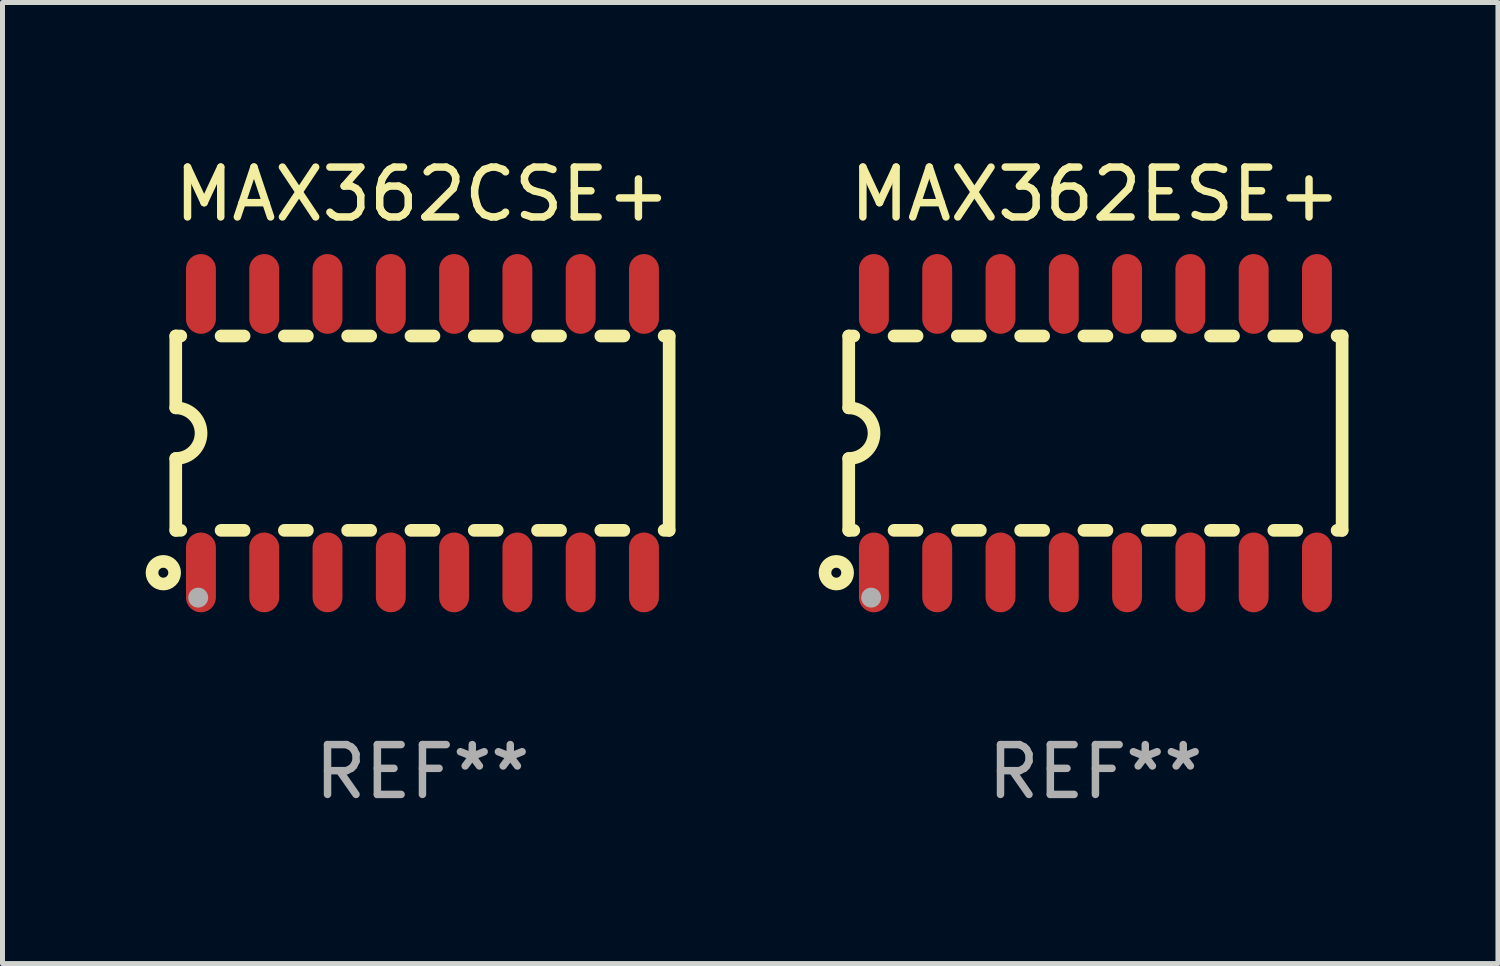
<source format=kicad_pcb>
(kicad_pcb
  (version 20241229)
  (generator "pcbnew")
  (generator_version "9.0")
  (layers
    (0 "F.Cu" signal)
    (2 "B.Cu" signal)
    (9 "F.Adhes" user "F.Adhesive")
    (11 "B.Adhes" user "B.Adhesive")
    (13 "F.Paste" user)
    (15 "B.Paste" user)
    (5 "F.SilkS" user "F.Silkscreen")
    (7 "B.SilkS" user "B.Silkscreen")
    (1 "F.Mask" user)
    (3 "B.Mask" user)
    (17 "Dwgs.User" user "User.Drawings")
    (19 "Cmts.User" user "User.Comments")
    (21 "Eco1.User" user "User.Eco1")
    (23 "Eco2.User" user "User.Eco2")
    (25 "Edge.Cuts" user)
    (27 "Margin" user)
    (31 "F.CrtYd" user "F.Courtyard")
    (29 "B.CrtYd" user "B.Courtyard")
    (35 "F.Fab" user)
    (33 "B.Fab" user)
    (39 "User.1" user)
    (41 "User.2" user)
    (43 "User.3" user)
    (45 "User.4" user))
  (footprint "MAX362CSE+"
    (layer "F.Cu")
    (at 5.427 5.642)
    (property "Reference" "MAX362CSE+" (at 0 -4.794 0) (layer "F.SilkS") (effects (font (size 1 1) (thickness 0.15))))
    (attr through_hole)
    (fp_line (start -4.95 -1.95) (end -4.95 -0.508) (stroke (width 0.254) (type solid)) (layer "F.SilkS"))
    (fp_line (start -4.95 -1.95) (end -4.849 -1.95) (stroke (width 0.254) (type solid)) (layer "F.SilkS"))
    (fp_line (start -4.95 1.95) (end -4.95 0.508) (stroke (width 0.254) (type solid)) (layer "F.SilkS"))
    (fp_line (start -4.95 1.95) (end -4.849 1.95) (stroke (width 0.254) (type solid)) (layer "F.SilkS"))
    (fp_line (start -4.041 -1.95) (end -3.579 -1.95) (stroke (width 0.254) (type solid)) (layer "F.SilkS"))
    (fp_line (start -4.041 1.95) (end -3.579 1.95) (stroke (width 0.254) (type solid)) (layer "F.SilkS"))
    (fp_line (start -2.771 -1.95) (end -2.309 -1.95) (stroke (width 0.254) (type solid)) (layer "F.SilkS"))
    (fp_line (start -2.771 1.95) (end -2.309 1.95) (stroke (width 0.254) (type solid)) (layer "F.SilkS"))
    (fp_line (start -1.501 -1.95) (end -1.039 -1.95) (stroke (width 0.254) (type solid)) (layer "F.SilkS"))
    (fp_line (start -1.501 1.95) (end -1.039 1.95) (stroke (width 0.254) (type solid)) (layer "F.SilkS"))
    (fp_line (start -0.231 -1.95) (end 0.231 -1.95) (stroke (width 0.254) (type solid)) (layer "F.SilkS"))
    (fp_line (start -0.231 1.95) (end 0.231 1.95) (stroke (width 0.254) (type solid)) (layer "F.SilkS"))
    (fp_line (start 1.039 -1.95) (end 1.501 -1.95) (stroke (width 0.254) (type solid)) (layer "F.SilkS"))
    (fp_line (start 1.039 1.95) (end 1.501 1.95) (stroke (width 0.254) (type solid)) (layer "F.SilkS"))
    (fp_line (start 2.309 -1.95) (end 2.771 -1.95) (stroke (width 0.254) (type solid)) (layer "F.SilkS"))
    (fp_line (start 2.309 1.95) (end 2.771 1.95) (stroke (width 0.254) (type solid)) (layer "F.SilkS"))
    (fp_line (start 3.579 -1.95) (end 4.041 -1.95) (stroke (width 0.254) (type solid)) (layer "F.SilkS"))
    (fp_line (start 3.579 1.95) (end 4.041 1.95) (stroke (width 0.254) (type solid)) (layer "F.SilkS"))
    (fp_line (start 4.849 -1.95) (end 4.95 -1.95) (stroke (width 0.254) (type solid)) (layer "F.SilkS"))
    (fp_line (start 4.849 1.95) (end 4.95 1.95) (stroke (width 0.254) (type solid)) (layer "F.SilkS"))
    (fp_line (start 4.95 -1.95) (end 4.95 1.95) (stroke (width 0.254) (type solid)) (layer "F.SilkS"))
    (fp_arc (start -4.95047 -0.508001) (mid -4.442469 -0.000228) (end -4.950013 0.508001) (stroke (width 0.254001) (type solid)) (layer "F.SilkS"))
    (fp_circle (center -5.2 2.8) (end -5.1 2.8) (stroke (width 0.254) (type solid)) (fill no) (layer "F.SilkS"))
    (fp_circle (center -4.95 2.947) (end -4.92 2.947) (stroke (width 0.06) (type solid)) (fill no) (layer "F.SilkS"))
    (fp_circle (center -4.5 3.3) (end -4.4 3.3) (stroke (width 0.2) (type solid)) (fill no) (layer "F.Fab"))
    (fp_text user "REF**" (at 0 6.794 0) (layer "F.Fab") (effects (font (size 1 1) (thickness 0.15))))
    (pad "1" smd oval (at -4.445 2.794) (size 0.6 1.6) (layers "F.Cu" "F.Mask" "F.Paste"))
    (pad "2" smd oval (at -3.175 2.794) (size 0.6 1.6) (layers "F.Cu" "F.Mask" "F.Paste"))
    (pad "3" smd oval (at -1.905 2.794) (size 0.6 1.6) (layers "F.Cu" "F.Mask" "F.Paste"))
    (pad "4" smd oval (at -0.635 2.794) (size 0.6 1.6) (layers "F.Cu" "F.Mask" "F.Paste"))
    (pad "5" smd oval (at 0.635 2.794) (size 0.6 1.6) (layers "F.Cu" "F.Mask" "F.Paste"))
    (pad "6" smd oval (at 1.905 2.794) (size 0.6 1.6) (layers "F.Cu" "F.Mask" "F.Paste"))
    (pad "7" smd oval (at 3.175 2.794) (size 0.6 1.6) (layers "F.Cu" "F.Mask" "F.Paste"))
    (pad "8" smd oval (at 4.445 2.794) (size 0.6 1.6) (layers "F.Cu" "F.Mask" "F.Paste"))
    (pad "9" smd oval (at 4.445 -2.794) (size 0.6 1.6) (layers "F.Cu" "F.Mask" "F.Paste"))
    (pad "10" smd oval (at 3.175 -2.794) (size 0.6 1.6) (layers "F.Cu" "F.Mask" "F.Paste"))
    (pad "11" smd oval (at 1.905 -2.794) (size 0.6 1.6) (layers "F.Cu" "F.Mask" "F.Paste"))
    (pad "12" smd oval (at 0.635 -2.794) (size 0.6 1.6) (layers "F.Cu" "F.Mask" "F.Paste"))
    (pad "13" smd oval (at -0.635 -2.794) (size 0.6 1.6) (layers "F.Cu" "F.Mask" "F.Paste"))
    (pad "14" smd oval (at -1.905 -2.794) (size 0.6 1.6) (layers "F.Cu" "F.Mask" "F.Paste"))
    (pad "15" smd oval (at -3.175 -2.794) (size 0.6 1.6) (layers "F.Cu" "F.Mask" "F.Paste"))
    (pad "16" smd oval (at -4.445 -2.794) (size 0.6 1.6) (layers "F.Cu" "F.Mask" "F.Paste")))
  (footprint "MAX362ESE+"
    (layer "F.Cu")
    (at 18.931 5.642)
    (property "Reference" "MAX362ESE+" (at 0 -4.794 0) (layer "F.SilkS") (effects (font (size 1 1) (thickness 0.15))))
    (attr through_hole)
    (fp_line (start -4.95 -1.95) (end -4.95 -0.508) (stroke (width 0.254) (type solid)) (layer "F.SilkS"))
    (fp_line (start -4.95 -1.95) (end -4.849 -1.95) (stroke (width 0.254) (type solid)) (layer "F.SilkS"))
    (fp_line (start -4.95 1.95) (end -4.95 0.508) (stroke (width 0.254) (type solid)) (layer "F.SilkS"))
    (fp_line (start -4.95 1.95) (end -4.849 1.95) (stroke (width 0.254) (type solid)) (layer "F.SilkS"))
    (fp_line (start -4.041 -1.95) (end -3.579 -1.95) (stroke (width 0.254) (type solid)) (layer "F.SilkS"))
    (fp_line (start -4.041 1.95) (end -3.579 1.95) (stroke (width 0.254) (type solid)) (layer "F.SilkS"))
    (fp_line (start -2.771 -1.95) (end -2.309 -1.95) (stroke (width 0.254) (type solid)) (layer "F.SilkS"))
    (fp_line (start -2.771 1.95) (end -2.309 1.95) (stroke (width 0.254) (type solid)) (layer "F.SilkS"))
    (fp_line (start -1.501 -1.95) (end -1.039 -1.95) (stroke (width 0.254) (type solid)) (layer "F.SilkS"))
    (fp_line (start -1.501 1.95) (end -1.039 1.95) (stroke (width 0.254) (type solid)) (layer "F.SilkS"))
    (fp_line (start -0.231 -1.95) (end 0.231 -1.95) (stroke (width 0.254) (type solid)) (layer "F.SilkS"))
    (fp_line (start -0.231 1.95) (end 0.231 1.95) (stroke (width 0.254) (type solid)) (layer "F.SilkS"))
    (fp_line (start 1.039 -1.95) (end 1.501 -1.95) (stroke (width 0.254) (type solid)) (layer "F.SilkS"))
    (fp_line (start 1.039 1.95) (end 1.501 1.95) (stroke (width 0.254) (type solid)) (layer "F.SilkS"))
    (fp_line (start 2.309 -1.95) (end 2.771 -1.95) (stroke (width 0.254) (type solid)) (layer "F.SilkS"))
    (fp_line (start 2.309 1.95) (end 2.771 1.95) (stroke (width 0.254) (type solid)) (layer "F.SilkS"))
    (fp_line (start 3.579 -1.95) (end 4.041 -1.95) (stroke (width 0.254) (type solid)) (layer "F.SilkS"))
    (fp_line (start 3.579 1.95) (end 4.041 1.95) (stroke (width 0.254) (type solid)) (layer "F.SilkS"))
    (fp_line (start 4.849 -1.95) (end 4.95 -1.95) (stroke (width 0.254) (type solid)) (layer "F.SilkS"))
    (fp_line (start 4.849 1.95) (end 4.95 1.95) (stroke (width 0.254) (type solid)) (layer "F.SilkS"))
    (fp_line (start 4.95 -1.95) (end 4.95 1.95) (stroke (width 0.254) (type solid)) (layer "F.SilkS"))
    (fp_arc (start -4.95047 -0.508001) (mid -4.442469 -0.000228) (end -4.950013 0.508001) (stroke (width 0.254001) (type solid)) (layer "F.SilkS"))
    (fp_circle (center -5.2 2.8) (end -5.1 2.8) (stroke (width 0.254) (type solid)) (fill no) (layer "F.SilkS"))
    (fp_circle (center -4.95 2.947) (end -4.92 2.947) (stroke (width 0.06) (type solid)) (fill no) (layer "F.SilkS"))
    (fp_circle (center -4.5 3.3) (end -4.4 3.3) (stroke (width 0.2) (type solid)) (fill no) (layer "F.Fab"))
    (fp_text user "REF**" (at 0 6.794 0) (layer "F.Fab") (effects (font (size 1 1) (thickness 0.15))))
    (pad "1" smd oval (at -4.445 2.794) (size 0.6 1.6) (layers "F.Cu" "F.Mask" "F.Paste"))
    (pad "2" smd oval (at -3.175 2.794) (size 0.6 1.6) (layers "F.Cu" "F.Mask" "F.Paste"))
    (pad "3" smd oval (at -1.905 2.794) (size 0.6 1.6) (layers "F.Cu" "F.Mask" "F.Paste"))
    (pad "4" smd oval (at -0.635 2.794) (size 0.6 1.6) (layers "F.Cu" "F.Mask" "F.Paste"))
    (pad "5" smd oval (at 0.635 2.794) (size 0.6 1.6) (layers "F.Cu" "F.Mask" "F.Paste"))
    (pad "6" smd oval (at 1.905 2.794) (size 0.6 1.6) (layers "F.Cu" "F.Mask" "F.Paste"))
    (pad "7" smd oval (at 3.175 2.794) (size 0.6 1.6) (layers "F.Cu" "F.Mask" "F.Paste"))
    (pad "8" smd oval (at 4.445 2.794) (size 0.6 1.6) (layers "F.Cu" "F.Mask" "F.Paste"))
    (pad "9" smd oval (at 4.445 -2.794) (size 0.6 1.6) (layers "F.Cu" "F.Mask" "F.Paste"))
    (pad "10" smd oval (at 3.175 -2.794) (size 0.6 1.6) (layers "F.Cu" "F.Mask" "F.Paste"))
    (pad "11" smd oval (at 1.905 -2.794) (size 0.6 1.6) (layers "F.Cu" "F.Mask" "F.Paste"))
    (pad "12" smd oval (at 0.635 -2.794) (size 0.6 1.6) (layers "F.Cu" "F.Mask" "F.Paste"))
    (pad "13" smd oval (at -0.635 -2.794) (size 0.6 1.6) (layers "F.Cu" "F.Mask" "F.Paste"))
    (pad "14" smd oval (at -1.905 -2.794) (size 0.6 1.6) (layers "F.Cu" "F.Mask" "F.Paste"))
    (pad "15" smd oval (at -3.175 -2.794) (size 0.6 1.6) (layers "F.Cu" "F.Mask" "F.Paste"))
    (pad "16" smd oval (at -4.445 -2.794) (size 0.6 1.6) (layers "F.Cu" "F.Mask" "F.Paste")))
  (gr_rect
    (start -3 -3)
    (end 27.008 16.285)
    (stroke (width 0.1) (type default))
    (fill no)
    (layer "Edge.Cuts")))
</source>
